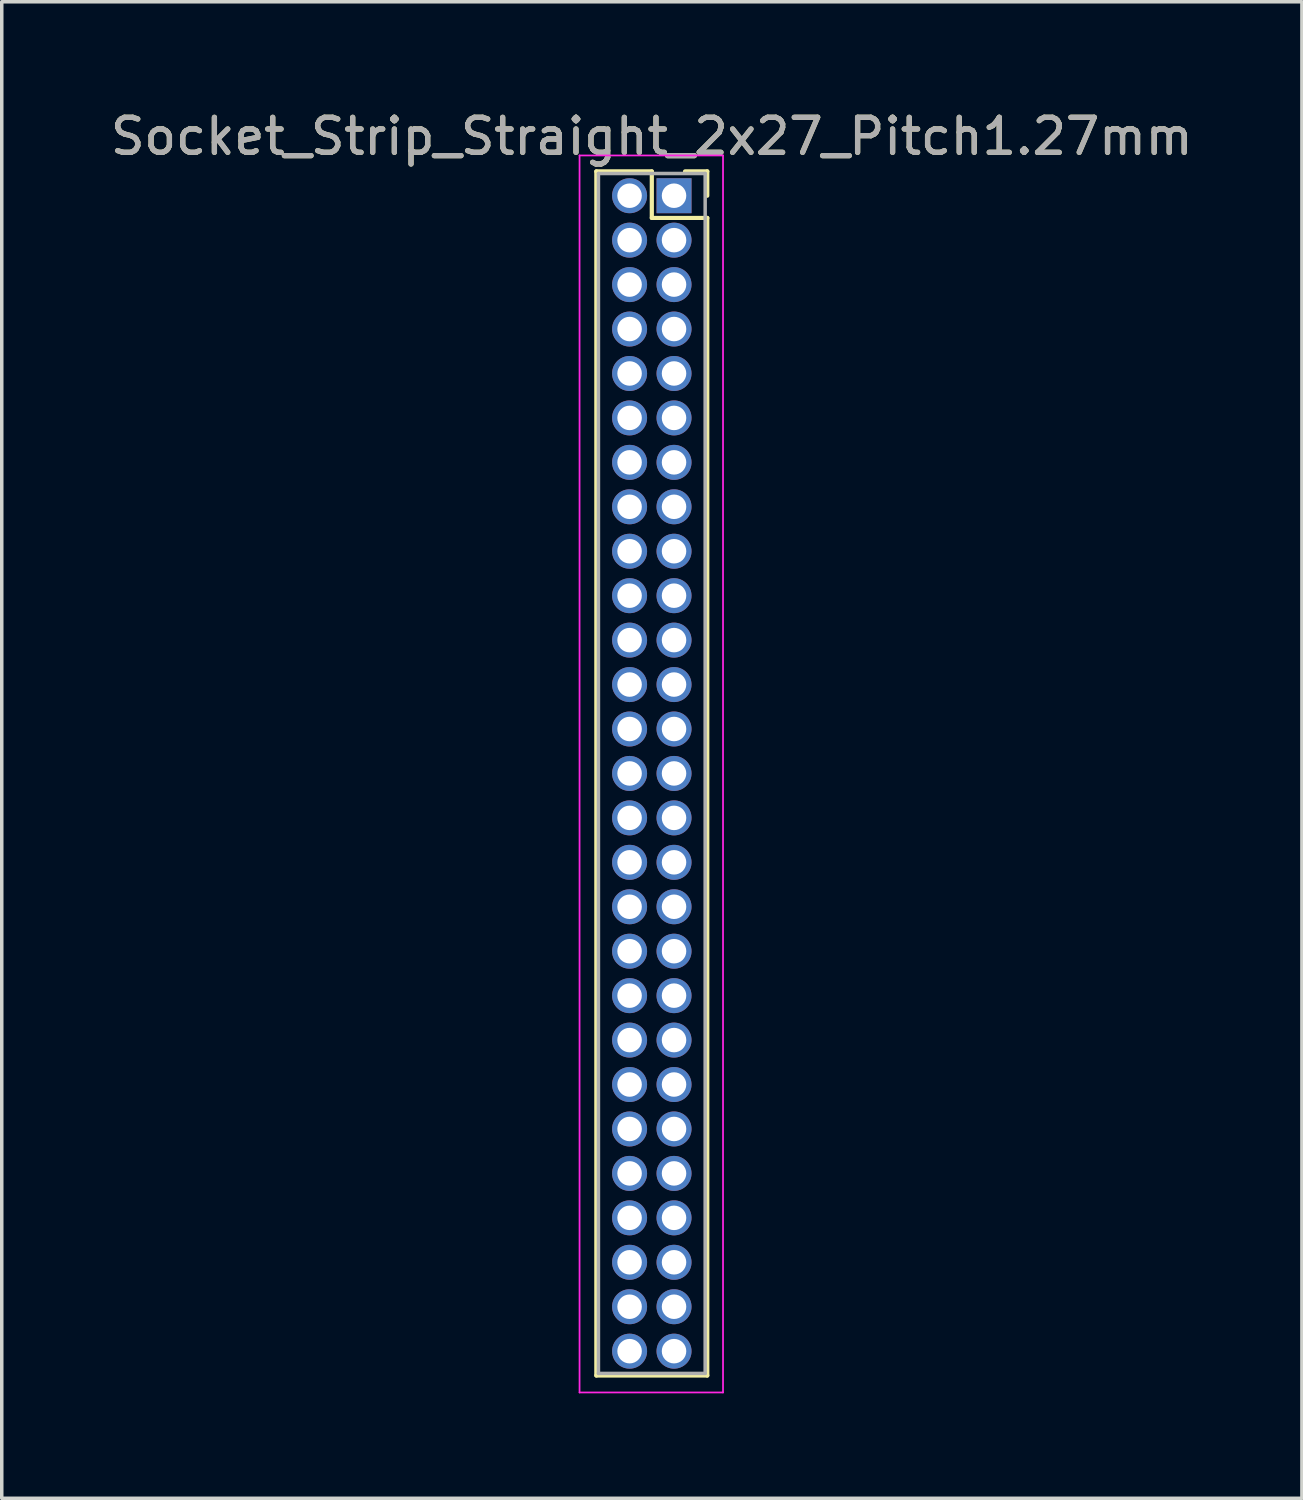
<source format=kicad_pcb>
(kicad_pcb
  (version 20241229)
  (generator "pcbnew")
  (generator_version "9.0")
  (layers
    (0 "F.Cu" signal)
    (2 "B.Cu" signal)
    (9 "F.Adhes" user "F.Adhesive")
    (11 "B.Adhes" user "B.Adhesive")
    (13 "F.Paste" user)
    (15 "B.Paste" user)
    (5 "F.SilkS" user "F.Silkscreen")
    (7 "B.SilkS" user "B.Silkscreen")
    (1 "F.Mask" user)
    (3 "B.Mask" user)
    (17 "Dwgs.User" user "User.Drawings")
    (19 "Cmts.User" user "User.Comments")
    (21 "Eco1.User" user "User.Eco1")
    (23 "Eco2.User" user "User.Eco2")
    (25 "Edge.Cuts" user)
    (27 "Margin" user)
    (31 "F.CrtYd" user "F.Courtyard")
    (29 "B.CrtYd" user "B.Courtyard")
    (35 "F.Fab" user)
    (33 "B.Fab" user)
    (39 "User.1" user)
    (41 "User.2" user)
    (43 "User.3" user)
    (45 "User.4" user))
  (footprint "Socket_Strip_Straight_2x27_Pitch1.27mm"
    (layer "F.Cu")
    (at 16.212 2.543)
    (property "Reference" "Socket_Strip_Straight_2x27_Pitch1.27mm" (at -0.635 -1.695 0) (layer "F.SilkS") (effects (font (size 1 1) (thickness 0.15))))
    (attr through_hole)
    (fp_line (start -2.22 -0.695) (end -0.635 -0.695) (stroke (width 0.12) (type solid)) (layer "F.SilkS"))
    (fp_line (start -2.22 33.715) (end -2.22 -0.695) (stroke (width 0.12) (type solid)) (layer "F.SilkS"))
    (fp_line (start -0.635 -0.695) (end -0.635 0.635) (stroke (width 0.12) (type solid)) (layer "F.SilkS"))
    (fp_line (start -0.635 0.635) (end 0.95 0.635) (stroke (width 0.12) (type solid)) (layer "F.SilkS"))
    (fp_line (start 0.95 -0.695) (end 0.315 -0.695) (stroke (width 0.12) (type solid)) (layer "F.SilkS"))
    (fp_line (start 0.95 0) (end 0.95 -0.695) (stroke (width 0.12) (type solid)) (layer "F.SilkS"))
    (fp_line (start 0.95 0.635) (end 0.95 33.715) (stroke (width 0.12) (type solid)) (layer "F.SilkS"))
    (fp_line (start 0.95 33.715) (end -2.22 33.715) (stroke (width 0.12) (type solid)) (layer "F.SilkS"))
    (fp_line (start -2.7 -1.15) (end -2.7 34.2) (stroke (width 0.05) (type solid)) (layer "F.CrtYd"))
    (fp_line (start -2.7 34.2) (end 1.4 34.2) (stroke (width 0.05) (type solid)) (layer "F.CrtYd"))
    (fp_line (start 1.4 -1.15) (end -2.7 -1.15) (stroke (width 0.05) (type solid)) (layer "F.CrtYd"))
    (fp_line (start 1.4 34.2) (end 1.4 -1.15) (stroke (width 0.05) (type solid)) (layer "F.CrtYd"))
    (fp_line (start -2.16 -0.635) (end -2.16 33.655) (stroke (width 0.1) (type solid)) (layer "F.Fab"))
    (fp_line (start -2.16 33.655) (end 0.89 33.655) (stroke (width 0.1) (type solid)) (layer "F.Fab"))
    (fp_line (start 0.89 -0.635) (end -2.16 -0.635) (stroke (width 0.1) (type solid)) (layer "F.Fab"))
    (fp_line (start 0.89 33.655) (end 0.89 -0.635) (stroke (width 0.1) (type solid)) (layer "F.Fab"))
    (fp_text user "${REFERENCE}" (at -0.635 -1.695 0) (layer "F.Fab") (effects (font (size 1 1) (thickness 0.15))))
    (pad "1" thru_hole rect (at 0 0) (size 1 1) (drill 0.7) (layers "*.Cu" "*.Mask"))
    (pad "2" thru_hole oval (at -1.27 0) (size 1 1) (drill 0.7) (layers "*.Cu" "*.Mask"))
    (pad "3" thru_hole oval (at 0 1.27) (size 1 1) (drill 0.7) (layers "*.Cu" "*.Mask"))
    (pad "4" thru_hole oval (at -1.27 1.27) (size 1 1) (drill 0.7) (layers "*.Cu" "*.Mask"))
    (pad "5" thru_hole oval (at 0 2.54) (size 1 1) (drill 0.7) (layers "*.Cu" "*.Mask"))
    (pad "6" thru_hole oval (at -1.27 2.54) (size 1 1) (drill 0.7) (layers "*.Cu" "*.Mask"))
    (pad "7" thru_hole oval (at 0 3.81) (size 1 1) (drill 0.7) (layers "*.Cu" "*.Mask"))
    (pad "8" thru_hole oval (at -1.27 3.81) (size 1 1) (drill 0.7) (layers "*.Cu" "*.Mask"))
    (pad "9" thru_hole oval (at 0 5.08) (size 1 1) (drill 0.7) (layers "*.Cu" "*.Mask"))
    (pad "10" thru_hole oval (at -1.27 5.08) (size 1 1) (drill 0.7) (layers "*.Cu" "*.Mask"))
    (pad "11" thru_hole oval (at 0 6.35) (size 1 1) (drill 0.7) (layers "*.Cu" "*.Mask"))
    (pad "12" thru_hole oval (at -1.27 6.35) (size 1 1) (drill 0.7) (layers "*.Cu" "*.Mask"))
    (pad "13" thru_hole oval (at 0 7.62) (size 1 1) (drill 0.7) (layers "*.Cu" "*.Mask"))
    (pad "14" thru_hole oval (at -1.27 7.62) (size 1 1) (drill 0.7) (layers "*.Cu" "*.Mask"))
    (pad "15" thru_hole oval (at 0 8.89) (size 1 1) (drill 0.7) (layers "*.Cu" "*.Mask"))
    (pad "16" thru_hole oval (at -1.27 8.89) (size 1 1) (drill 0.7) (layers "*.Cu" "*.Mask"))
    (pad "17" thru_hole oval (at 0 10.16) (size 1 1) (drill 0.7) (layers "*.Cu" "*.Mask"))
    (pad "18" thru_hole oval (at -1.27 10.16) (size 1 1) (drill 0.7) (layers "*.Cu" "*.Mask"))
    (pad "19" thru_hole oval (at 0 11.43) (size 1 1) (drill 0.7) (layers "*.Cu" "*.Mask"))
    (pad "20" thru_hole oval (at -1.27 11.43) (size 1 1) (drill 0.7) (layers "*.Cu" "*.Mask"))
    (pad "21" thru_hole oval (at 0 12.7) (size 1 1) (drill 0.7) (layers "*.Cu" "*.Mask"))
    (pad "22" thru_hole oval (at -1.27 12.7) (size 1 1) (drill 0.7) (layers "*.Cu" "*.Mask"))
    (pad "23" thru_hole oval (at 0 13.97) (size 1 1) (drill 0.7) (layers "*.Cu" "*.Mask"))
    (pad "24" thru_hole oval (at -1.27 13.97) (size 1 1) (drill 0.7) (layers "*.Cu" "*.Mask"))
    (pad "25" thru_hole oval (at 0 15.24) (size 1 1) (drill 0.7) (layers "*.Cu" "*.Mask"))
    (pad "26" thru_hole oval (at -1.27 15.24) (size 1 1) (drill 0.7) (layers "*.Cu" "*.Mask"))
    (pad "27" thru_hole oval (at 0 16.51) (size 1 1) (drill 0.7) (layers "*.Cu" "*.Mask"))
    (pad "28" thru_hole oval (at -1.27 16.51) (size 1 1) (drill 0.7) (layers "*.Cu" "*.Mask"))
    (pad "29" thru_hole oval (at 0 17.78) (size 1 1) (drill 0.7) (layers "*.Cu" "*.Mask"))
    (pad "30" thru_hole oval (at -1.27 17.78) (size 1 1) (drill 0.7) (layers "*.Cu" "*.Mask"))
    (pad "31" thru_hole oval (at 0 19.05) (size 1 1) (drill 0.7) (layers "*.Cu" "*.Mask"))
    (pad "32" thru_hole oval (at -1.27 19.05) (size 1 1) (drill 0.7) (layers "*.Cu" "*.Mask"))
    (pad "33" thru_hole oval (at 0 20.32) (size 1 1) (drill 0.7) (layers "*.Cu" "*.Mask"))
    (pad "34" thru_hole oval (at -1.27 20.32) (size 1 1) (drill 0.7) (layers "*.Cu" "*.Mask"))
    (pad "35" thru_hole oval (at 0 21.59) (size 1 1) (drill 0.7) (layers "*.Cu" "*.Mask"))
    (pad "36" thru_hole oval (at -1.27 21.59) (size 1 1) (drill 0.7) (layers "*.Cu" "*.Mask"))
    (pad "37" thru_hole oval (at 0 22.86) (size 1 1) (drill 0.7) (layers "*.Cu" "*.Mask"))
    (pad "38" thru_hole oval (at -1.27 22.86) (size 1 1) (drill 0.7) (layers "*.Cu" "*.Mask"))
    (pad "39" thru_hole oval (at 0 24.13) (size 1 1) (drill 0.7) (layers "*.Cu" "*.Mask"))
    (pad "40" thru_hole oval (at -1.27 24.13) (size 1 1) (drill 0.7) (layers "*.Cu" "*.Mask"))
    (pad "41" thru_hole oval (at 0 25.4) (size 1 1) (drill 0.7) (layers "*.Cu" "*.Mask"))
    (pad "42" thru_hole oval (at -1.27 25.4) (size 1 1) (drill 0.7) (layers "*.Cu" "*.Mask"))
    (pad "43" thru_hole oval (at 0 26.67) (size 1 1) (drill 0.7) (layers "*.Cu" "*.Mask"))
    (pad "44" thru_hole oval (at -1.27 26.67) (size 1 1) (drill 0.7) (layers "*.Cu" "*.Mask"))
    (pad "45" thru_hole oval (at 0 27.94) (size 1 1) (drill 0.7) (layers "*.Cu" "*.Mask"))
    (pad "46" thru_hole oval (at -1.27 27.94) (size 1 1) (drill 0.7) (layers "*.Cu" "*.Mask"))
    (pad "47" thru_hole oval (at 0 29.21) (size 1 1) (drill 0.7) (layers "*.Cu" "*.Mask"))
    (pad "48" thru_hole oval (at -1.27 29.21) (size 1 1) (drill 0.7) (layers "*.Cu" "*.Mask"))
    (pad "49" thru_hole oval (at 0 30.48) (size 1 1) (drill 0.7) (layers "*.Cu" "*.Mask"))
    (pad "50" thru_hole oval (at -1.27 30.48) (size 1 1) (drill 0.7) (layers "*.Cu" "*.Mask"))
    (pad "51" thru_hole oval (at 0 31.75) (size 1 1) (drill 0.7) (layers "*.Cu" "*.Mask"))
    (pad "52" thru_hole oval (at -1.27 31.75) (size 1 1) (drill 0.7) (layers "*.Cu" "*.Mask"))
    (pad "53" thru_hole oval (at 0 33.02) (size 1 1) (drill 0.7) (layers "*.Cu" "*.Mask"))
    (pad "54" thru_hole oval (at -1.27 33.02) (size 1 1) (drill 0.7) (layers "*.Cu" "*.Mask")))
  (gr_rect
    (start -3 -3)
    (end 34.155 39.768)
    (stroke (width 0.1) (type default))
    (fill no)
    (layer "Edge.Cuts")))
</source>
